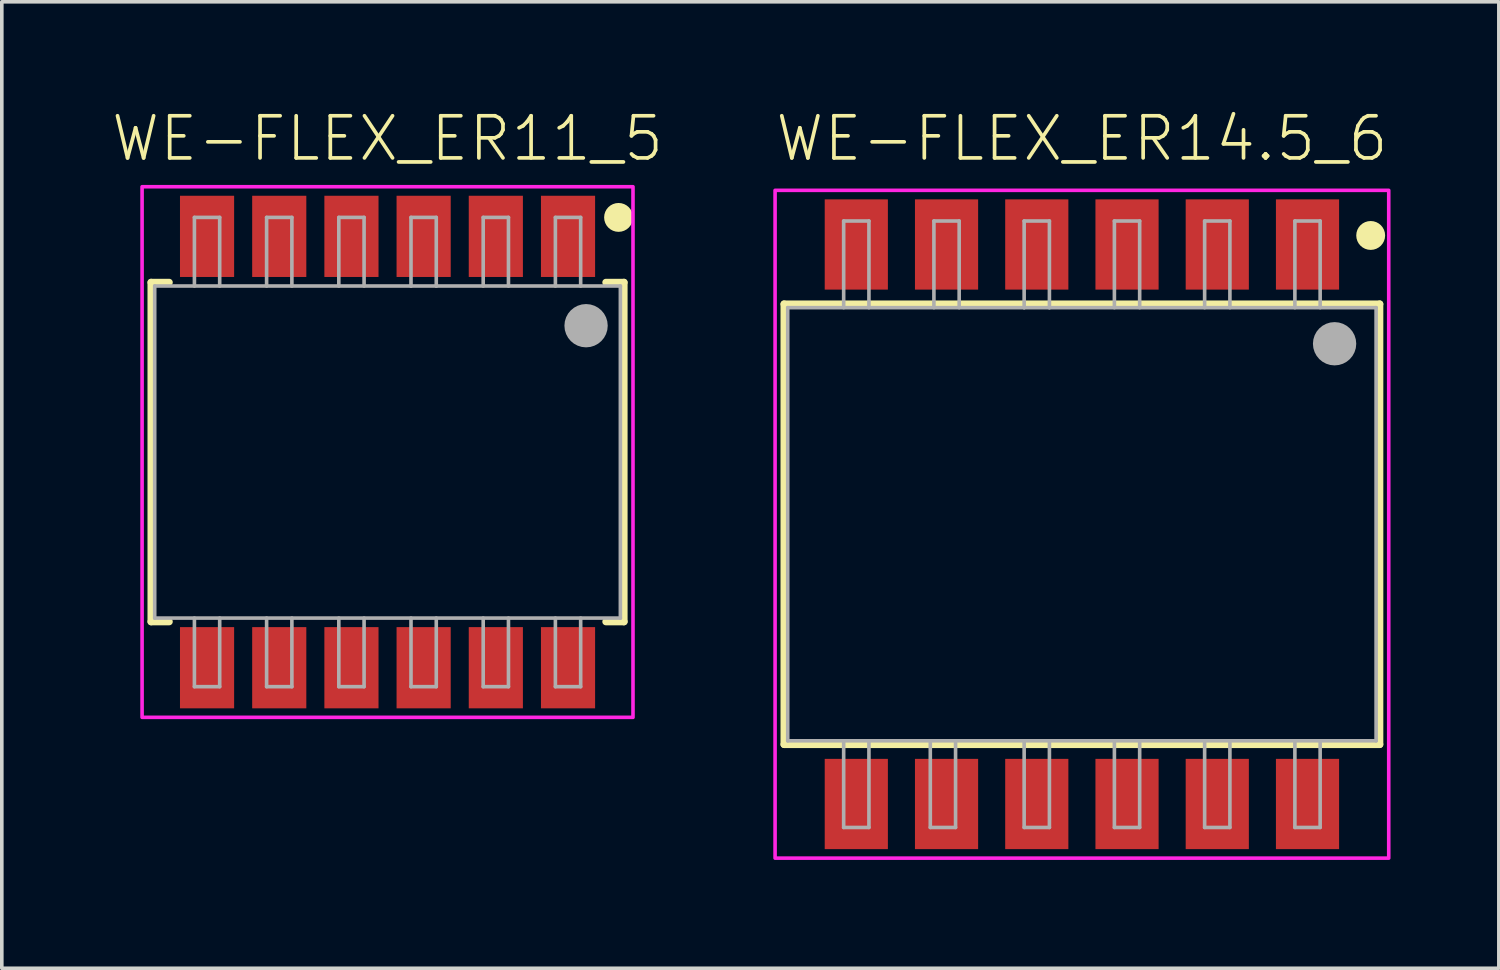
<source format=kicad_pcb>
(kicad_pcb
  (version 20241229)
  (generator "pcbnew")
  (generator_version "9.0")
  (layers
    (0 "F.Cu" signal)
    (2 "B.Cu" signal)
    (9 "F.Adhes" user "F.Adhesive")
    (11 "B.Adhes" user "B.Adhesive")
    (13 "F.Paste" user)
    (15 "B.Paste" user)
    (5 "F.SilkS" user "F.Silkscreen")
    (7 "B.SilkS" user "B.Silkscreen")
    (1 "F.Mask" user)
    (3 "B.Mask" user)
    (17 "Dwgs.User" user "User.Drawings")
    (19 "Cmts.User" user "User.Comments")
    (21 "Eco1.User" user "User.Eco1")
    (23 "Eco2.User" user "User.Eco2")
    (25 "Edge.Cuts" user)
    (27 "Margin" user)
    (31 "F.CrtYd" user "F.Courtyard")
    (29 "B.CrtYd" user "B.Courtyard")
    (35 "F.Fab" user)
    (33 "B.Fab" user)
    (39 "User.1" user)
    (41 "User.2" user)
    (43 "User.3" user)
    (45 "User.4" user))
  (footprint "WE-FLEX_ER14.5_6"
    (layer "F.Cu")
    (at 26.922 11.473)
    (property "Reference" "WE-FLEX_ER14.5_6" (at 0 -10 0) (unlocked yes) (layer "F.SilkS") (effects (font (size 1.168 1.168) (thickness 0.102)) (justify bottom)))
    (fp_line (start -8.25 -6.1) (end 8.25 -6.1) (stroke (width 0.2) (type solid)) (layer "F.SilkS"))
    (fp_line (start -8.25 6.1) (end -8.25 -6.1) (stroke (width 0.2) (type solid)) (layer "F.SilkS"))
    (fp_line (start 8.25 -6.1) (end 8.25 6.1) (stroke (width 0.2) (type solid)) (layer "F.SilkS"))
    (fp_line (start 8.25 6.1) (end -8.25 6.1) (stroke (width 0.2) (type solid)) (layer "F.SilkS"))
    (fp_circle (center 8 -8) (end 8.2 -8) (stroke (width 0.4) (type solid)) (fill no) (layer "F.SilkS"))
    (fp_poly (pts (xy 8.5 9.25) (xy -8.5 9.25) (xy -8.5 -9.25) (xy 8.5 -9.25)) (stroke (width 0.1) (type default)) (fill no) (layer "F.CrtYd"))
    (fp_line (start -8.15 -6) (end -8.15 6) (stroke (width 0.1) (type solid)) (layer "F.Fab"))
    (fp_line (start -6.6 -8.4) (end -6.6 -6) (stroke (width 0.1) (type solid)) (layer "F.Fab"))
    (fp_line (start -6.6 6) (end -6.6 8.4) (stroke (width 0.1) (type solid)) (layer "F.Fab"))
    (fp_line (start -6.6 8.4) (end -5.9 8.4) (stroke (width 0.1) (type solid)) (layer "F.Fab"))
    (fp_line (start -5.9 -8.4) (end -6.6 -8.4) (stroke (width 0.1) (type solid)) (layer "F.Fab"))
    (fp_line (start -5.9 -6) (end -5.9 -8.4) (stroke (width 0.1) (type solid)) (layer "F.Fab"))
    (fp_line (start -5.9 8.4) (end -5.9 6) (stroke (width 0.1) (type solid)) (layer "F.Fab"))
    (fp_line (start -4.2 6) (end -4.2 8.4) (stroke (width 0.1) (type solid)) (layer "F.Fab"))
    (fp_line (start -4.2 8.4) (end -3.5 8.4) (stroke (width 0.1) (type solid)) (layer "F.Fab"))
    (fp_line (start -4.1 -8.4) (end -4.1 -6) (stroke (width 0.1) (type solid)) (layer "F.Fab"))
    (fp_line (start -3.5 8.4) (end -3.5 6) (stroke (width 0.1) (type solid)) (layer "F.Fab"))
    (fp_line (start -3.4 -8.4) (end -4.1 -8.4) (stroke (width 0.1) (type solid)) (layer "F.Fab"))
    (fp_line (start -3.4 -6) (end -3.4 -8.4) (stroke (width 0.1) (type solid)) (layer "F.Fab"))
    (fp_line (start -1.6 -8.4) (end -1.6 -6) (stroke (width 0.1) (type solid)) (layer "F.Fab"))
    (fp_line (start -1.6 -6) (end -8.15 -6) (stroke (width 0.1) (type solid)) (layer "F.Fab"))
    (fp_line (start -1.6 6) (end -1.6 8.4) (stroke (width 0.1) (type solid)) (layer "F.Fab"))
    (fp_line (start -1.6 8.4) (end -0.9 8.4) (stroke (width 0.1) (type solid)) (layer "F.Fab"))
    (fp_line (start -0.9 -8.4) (end -1.6 -8.4) (stroke (width 0.1) (type solid)) (layer "F.Fab"))
    (fp_line (start -0.9 -6) (end -1.6 -6) (stroke (width 0.1) (type solid)) (layer "F.Fab"))
    (fp_line (start -0.9 -6) (end -0.9 -8.4) (stroke (width 0.1) (type solid)) (layer "F.Fab"))
    (fp_line (start -0.9 8.4) (end -0.9 6) (stroke (width 0.1) (type solid)) (layer "F.Fab"))
    (fp_line (start 0.9 -8.4) (end 0.9 -6) (stroke (width 0.1) (type solid)) (layer "F.Fab"))
    (fp_line (start 0.9 6) (end 0.9 8.4) (stroke (width 0.1) (type solid)) (layer "F.Fab"))
    (fp_line (start 0.9 8.4) (end 1.6 8.4) (stroke (width 0.1) (type solid)) (layer "F.Fab"))
    (fp_line (start 1.6 -8.4) (end 0.9 -8.4) (stroke (width 0.1) (type solid)) (layer "F.Fab"))
    (fp_line (start 1.6 -6) (end 1.6 -8.4) (stroke (width 0.1) (type solid)) (layer "F.Fab"))
    (fp_line (start 1.6 8.4) (end 1.6 6) (stroke (width 0.1) (type solid)) (layer "F.Fab"))
    (fp_line (start 3.4 -8.4) (end 3.4 -6) (stroke (width 0.1) (type solid)) (layer "F.Fab"))
    (fp_line (start 3.4 6) (end 3.4 8.4) (stroke (width 0.1) (type solid)) (layer "F.Fab"))
    (fp_line (start 3.4 8.4) (end 4.1 8.4) (stroke (width 0.1) (type solid)) (layer "F.Fab"))
    (fp_line (start 4.1 -8.4) (end 3.4 -8.4) (stroke (width 0.1) (type solid)) (layer "F.Fab"))
    (fp_line (start 4.1 -6) (end 4.1 -8.4) (stroke (width 0.1) (type solid)) (layer "F.Fab"))
    (fp_line (start 4.1 8.4) (end 4.1 6) (stroke (width 0.1) (type solid)) (layer "F.Fab"))
    (fp_line (start 5.9 -8.4) (end 5.9 -6) (stroke (width 0.1) (type solid)) (layer "F.Fab"))
    (fp_line (start 5.9 6) (end 5.9 8.4) (stroke (width 0.1) (type solid)) (layer "F.Fab"))
    (fp_line (start 5.9 8.4) (end 6.6 8.4) (stroke (width 0.1) (type solid)) (layer "F.Fab"))
    (fp_line (start 6.6 -8.4) (end 5.9 -8.4) (stroke (width 0.1) (type solid)) (layer "F.Fab"))
    (fp_line (start 6.6 -6) (end 6.6 -8.4) (stroke (width 0.1) (type solid)) (layer "F.Fab"))
    (fp_line (start 6.6 8.4) (end 6.6 6) (stroke (width 0.1) (type solid)) (layer "F.Fab"))
    (fp_line (start 8.15 -6) (end -0.9 -6) (stroke (width 0.1) (type solid)) (layer "F.Fab"))
    (fp_line (start 8.15 6) (end -8.15 6) (stroke (width 0.1) (type solid)) (layer "F.Fab"))
    (fp_line (start 8.15 6) (end 8.15 -6) (stroke (width 0.1) (type solid)) (layer "F.Fab"))
    (fp_circle (center 7 -5) (end 7.3 -5) (stroke (width 0.6) (type solid)) (fill no) (layer "F.Fab"))
    (pad "1" smd rect (at 6.25 -7.75 180) (size 1.75 2.5) (layers "F.Cu" "F.Mask" "F.Paste"))
    (pad "2" smd rect (at 3.75 -7.75 180) (size 1.75 2.5) (layers "F.Cu" "F.Mask" "F.Paste"))
    (pad "3" smd rect (at 1.25 -7.75 180) (size 1.75 2.5) (layers "F.Cu" "F.Mask" "F.Paste"))
    (pad "4" smd rect (at -1.25 -7.75 180) (size 1.75 2.5) (layers "F.Cu" "F.Mask" "F.Paste"))
    (pad "5" smd rect (at -3.75 -7.75 180) (size 1.75 2.5) (layers "F.Cu" "F.Mask" "F.Paste"))
    (pad "6" smd rect (at -6.25 -7.75 180) (size 1.75 2.5) (layers "F.Cu" "F.Mask" "F.Paste"))
    (pad "7" smd rect (at -6.25 7.75 180) (size 1.75 2.5) (layers "F.Cu" "F.Mask" "F.Paste"))
    (pad "8" smd rect (at -3.75 7.75 180) (size 1.75 2.5) (layers "F.Cu" "F.Mask" "F.Paste"))
    (pad "9" smd rect (at -1.25 7.75 180) (size 1.75 2.5) (layers "F.Cu" "F.Mask" "F.Paste"))
    (pad "10" smd rect (at 1.25 7.75 180) (size 1.75 2.5) (layers "F.Cu" "F.Mask" "F.Paste"))
    (pad "11" smd rect (at 3.75 7.75 180) (size 1.75 2.5) (layers "F.Cu" "F.Mask" "F.Paste"))
    (pad "12" smd rect (at 6.25 7.75 180) (size 1.75 2.5) (layers "F.Cu" "F.Mask" "F.Paste")))
  (footprint "WE-FLEX_ER11_5"
    (layer "F.Cu")
    (at 7.686 9.473)
    (property "Reference" "WE-FLEX_ER11_5" (at 0 -8 0) (unlocked yes) (layer "F.SilkS") (effects (font (size 1.168 1.168) (thickness 0.102)) (justify bottom)))
    (fp_line (start -6.55 -4.7) (end -6.55 4.7) (stroke (width 0.2) (type solid)) (layer "F.SilkS"))
    (fp_line (start -6.55 4.7) (end -6.05 4.7) (stroke (width 0.2) (type solid)) (layer "F.SilkS"))
    (fp_line (start -6.05 -4.7) (end -6.55 -4.7) (stroke (width 0.2) (type solid)) (layer "F.SilkS"))
    (fp_line (start 6.05 -4.7) (end 6.55 -4.7) (stroke (width 0.2) (type solid)) (layer "F.SilkS"))
    (fp_line (start 6.55 -4.7) (end 6.55 4.7) (stroke (width 0.2) (type solid)) (layer "F.SilkS"))
    (fp_line (start 6.55 4.7) (end 6.05 4.7) (stroke (width 0.2) (type solid)) (layer "F.SilkS"))
    (fp_circle (center 6.4 -6.5) (end 6.6 -6.5) (stroke (width 0.4) (type solid)) (fill no) (layer "F.SilkS"))
    (fp_poly (pts (xy 6.8 7.35) (xy -6.8 7.35) (xy -6.8 -7.35) (xy 6.8 -7.35)) (stroke (width 0.1) (type default)) (fill no) (layer "F.CrtYd"))
    (fp_line (start -6.45 -4.6) (end -6.45 4.6) (stroke (width 0.1) (type solid)) (layer "F.Fab"))
    (fp_line (start -5.35 -6.5) (end -5.35 -4.6) (stroke (width 0.1) (type solid)) (layer "F.Fab"))
    (fp_line (start -5.35 6.5) (end -5.35 4.6) (stroke (width 0.1) (type solid)) (layer "F.Fab"))
    (fp_line (start -5.35 6.5) (end -4.65 6.5) (stroke (width 0.1) (type solid)) (layer "F.Fab"))
    (fp_line (start -4.65 -6.5) (end -5.35 -6.5) (stroke (width 0.1) (type solid)) (layer "F.Fab"))
    (fp_line (start -4.65 -6.5) (end -4.65 -4.6) (stroke (width 0.1) (type solid)) (layer "F.Fab"))
    (fp_line (start -4.65 6.5) (end -4.65 4.6) (stroke (width 0.1) (type solid)) (layer "F.Fab"))
    (fp_line (start -3.35 -6.5) (end -3.35 -4.6) (stroke (width 0.1) (type solid)) (layer "F.Fab"))
    (fp_line (start -3.35 6.5) (end -3.35 4.6) (stroke (width 0.1) (type solid)) (layer "F.Fab"))
    (fp_line (start -3.35 6.5) (end -2.65 6.5) (stroke (width 0.1) (type solid)) (layer "F.Fab"))
    (fp_line (start -2.65 -6.5) (end -3.35 -6.5) (stroke (width 0.1) (type solid)) (layer "F.Fab"))
    (fp_line (start -2.65 -6.5) (end -2.65 -4.6) (stroke (width 0.1) (type solid)) (layer "F.Fab"))
    (fp_line (start -2.65 6.5) (end -2.65 4.6) (stroke (width 0.1) (type solid)) (layer "F.Fab"))
    (fp_line (start -1.35 -6.5) (end -1.35 -4.6) (stroke (width 0.1) (type solid)) (layer "F.Fab"))
    (fp_line (start -1.35 6.5) (end -1.35 4.6) (stroke (width 0.1) (type solid)) (layer "F.Fab"))
    (fp_line (start -1.35 6.5) (end -0.65 6.5) (stroke (width 0.1) (type solid)) (layer "F.Fab"))
    (fp_line (start -0.65 -6.5) (end -1.35 -6.5) (stroke (width 0.1) (type solid)) (layer "F.Fab"))
    (fp_line (start -0.65 -6.5) (end -0.65 -4.6) (stroke (width 0.1) (type solid)) (layer "F.Fab"))
    (fp_line (start -0.65 6.5) (end -0.65 4.6) (stroke (width 0.1) (type solid)) (layer "F.Fab"))
    (fp_line (start 0.65 -6.5) (end 0.65 -4.6) (stroke (width 0.1) (type solid)) (layer "F.Fab"))
    (fp_line (start 0.65 -4.6) (end -6.45 -4.6) (stroke (width 0.1) (type solid)) (layer "F.Fab"))
    (fp_line (start 0.65 6.5) (end 0.65 4.6) (stroke (width 0.1) (type solid)) (layer "F.Fab"))
    (fp_line (start 0.65 6.5) (end 1.35 6.5) (stroke (width 0.1) (type solid)) (layer "F.Fab"))
    (fp_line (start 1.35 -6.5) (end 0.65 -6.5) (stroke (width 0.1) (type solid)) (layer "F.Fab"))
    (fp_line (start 1.35 -6.5) (end 1.35 -4.6) (stroke (width 0.1) (type solid)) (layer "F.Fab"))
    (fp_line (start 1.35 -4.6) (end 0.65 -4.6) (stroke (width 0.1) (type solid)) (layer "F.Fab"))
    (fp_line (start 1.35 6.5) (end 1.35 4.6) (stroke (width 0.1) (type solid)) (layer "F.Fab"))
    (fp_line (start 2.65 -6.5) (end 2.65 -4.6) (stroke (width 0.1) (type solid)) (layer "F.Fab"))
    (fp_line (start 2.65 6.5) (end 2.65 4.6) (stroke (width 0.1) (type solid)) (layer "F.Fab"))
    (fp_line (start 2.65 6.5) (end 3.35 6.5) (stroke (width 0.1) (type solid)) (layer "F.Fab"))
    (fp_line (start 3.35 -6.5) (end 2.65 -6.5) (stroke (width 0.1) (type solid)) (layer "F.Fab"))
    (fp_line (start 3.35 -6.5) (end 3.35 -4.6) (stroke (width 0.1) (type solid)) (layer "F.Fab"))
    (fp_line (start 3.35 6.5) (end 3.35 4.6) (stroke (width 0.1) (type solid)) (layer "F.Fab"))
    (fp_line (start 4.65 -6.5) (end 4.65 -4.6) (stroke (width 0.1) (type solid)) (layer "F.Fab"))
    (fp_line (start 4.65 6.5) (end 4.65 4.6) (stroke (width 0.1) (type solid)) (layer "F.Fab"))
    (fp_line (start 4.65 6.5) (end 5.35 6.5) (stroke (width 0.1) (type solid)) (layer "F.Fab"))
    (fp_line (start 5.35 -6.5) (end 4.65 -6.5) (stroke (width 0.1) (type solid)) (layer "F.Fab"))
    (fp_line (start 5.35 -6.5) (end 5.35 -4.6) (stroke (width 0.1) (type solid)) (layer "F.Fab"))
    (fp_line (start 5.35 6.5) (end 5.35 4.6) (stroke (width 0.1) (type solid)) (layer "F.Fab"))
    (fp_line (start 6.45 -4.6) (end 1.35 -4.6) (stroke (width 0.1) (type solid)) (layer "F.Fab"))
    (fp_line (start 6.45 4.6) (end -6.45 4.6) (stroke (width 0.1) (type solid)) (layer "F.Fab"))
    (fp_line (start 6.45 4.6) (end 6.45 -4.6) (stroke (width 0.1) (type solid)) (layer "F.Fab"))
    (fp_circle (center 5.5 -3.5) (end 5.8 -3.5) (stroke (width 0.6) (type solid)) (fill no) (layer "F.Fab"))
    (pad "1" smd rect (at 5 -5.975 180) (size 1.5 2.25) (layers "F.Cu" "F.Mask" "F.Paste"))
    (pad "2" smd rect (at 3 -5.975 180) (size 1.5 2.25) (layers "F.Cu" "F.Mask" "F.Paste"))
    (pad "3" smd rect (at 1 -5.975 180) (size 1.5 2.25) (layers "F.Cu" "F.Mask" "F.Paste"))
    (pad "4" smd rect (at -1 -5.975 180) (size 1.5 2.25) (layers "F.Cu" "F.Mask" "F.Paste"))
    (pad "5" smd rect (at -3 -5.975 180) (size 1.5 2.25) (layers "F.Cu" "F.Mask" "F.Paste"))
    (pad "6" smd rect (at -5 -5.975 180) (size 1.5 2.25) (layers "F.Cu" "F.Mask" "F.Paste"))
    (pad "7" smd rect (at -5 5.975 180) (size 1.5 2.25) (layers "F.Cu" "F.Mask" "F.Paste"))
    (pad "8" smd rect (at -3 5.975 180) (size 1.5 2.25) (layers "F.Cu" "F.Mask" "F.Paste"))
    (pad "9" smd rect (at -1 5.975 180) (size 1.5 2.25) (layers "F.Cu" "F.Mask" "F.Paste"))
    (pad "10" smd rect (at 1 5.975 180) (size 1.5 2.25) (layers "F.Cu" "F.Mask" "F.Paste"))
    (pad "11" smd rect (at 3 5.975 180) (size 1.5 2.25) (layers "F.Cu" "F.Mask" "F.Paste"))
    (pad "12" smd rect (at 5 5.975 180) (size 1.5 2.25) (layers "F.Cu" "F.Mask" "F.Paste")))
  (gr_rect
    (start -3 -3)
    (end 38.472 23.773)
    (stroke (width 0.1) (type default))
    (fill no)
    (layer "Edge.Cuts")))
</source>
